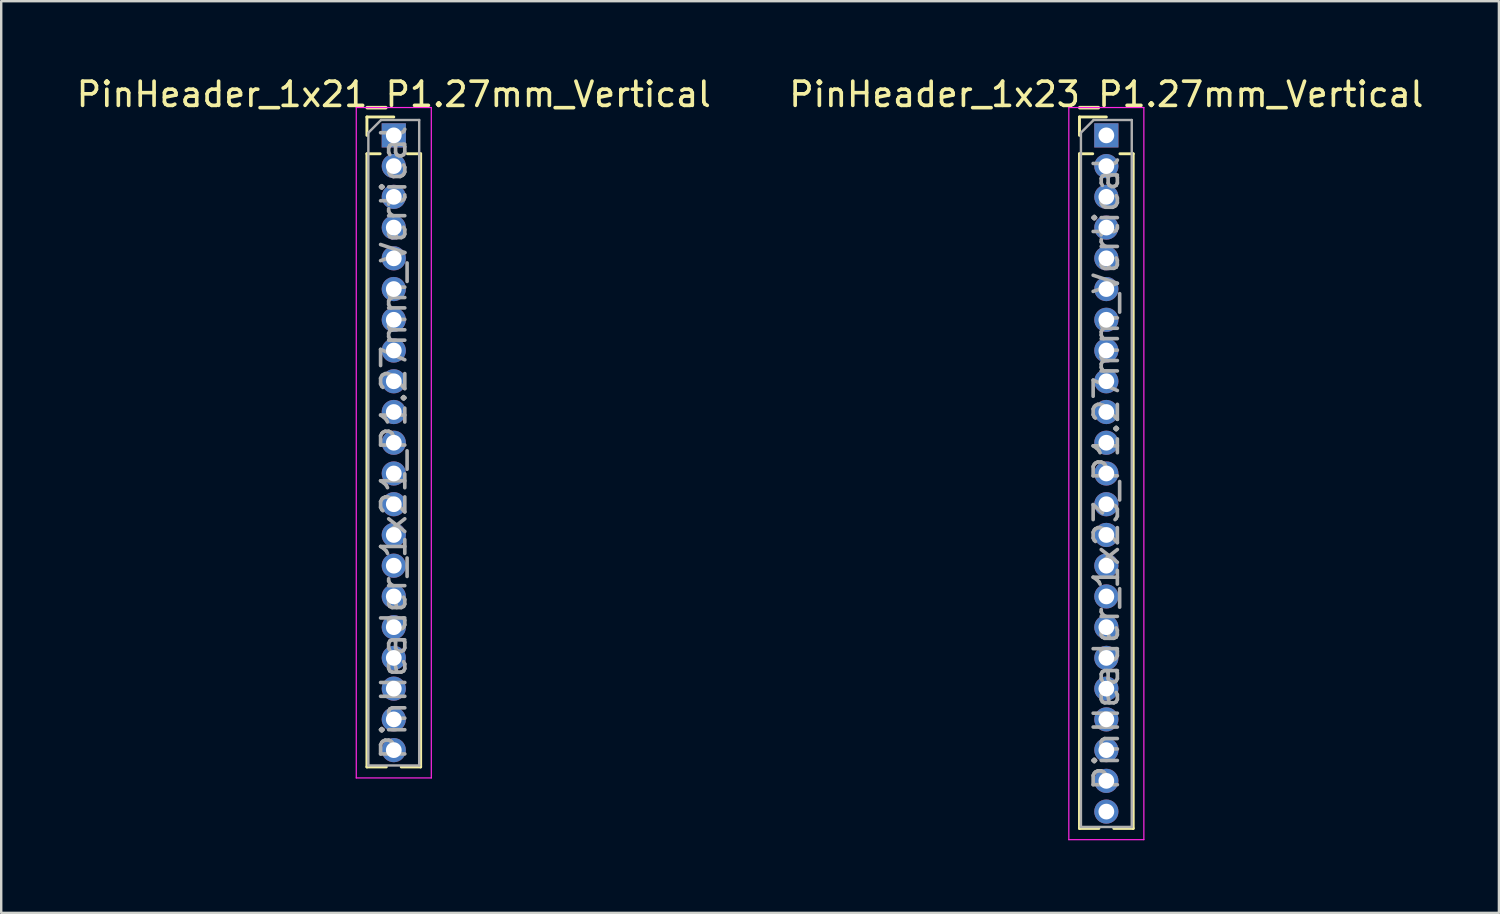
<source format=kicad_pcb>
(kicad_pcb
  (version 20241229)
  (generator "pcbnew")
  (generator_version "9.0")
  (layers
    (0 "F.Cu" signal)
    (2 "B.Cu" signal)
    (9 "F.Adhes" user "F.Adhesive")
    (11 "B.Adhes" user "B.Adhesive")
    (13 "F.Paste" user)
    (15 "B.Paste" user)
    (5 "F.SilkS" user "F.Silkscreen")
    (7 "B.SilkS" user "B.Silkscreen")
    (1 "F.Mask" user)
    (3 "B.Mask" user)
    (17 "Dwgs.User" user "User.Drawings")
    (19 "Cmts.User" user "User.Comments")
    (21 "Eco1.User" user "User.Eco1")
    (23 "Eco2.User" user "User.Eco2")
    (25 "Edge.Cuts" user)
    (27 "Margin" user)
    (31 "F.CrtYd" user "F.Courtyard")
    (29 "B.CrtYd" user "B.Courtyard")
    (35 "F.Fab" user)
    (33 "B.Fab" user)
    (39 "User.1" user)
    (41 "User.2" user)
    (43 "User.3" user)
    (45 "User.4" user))
  (footprint "PinHeader_1x21_P1.27mm_Vertical"
    (layer "F.Cu")
    (at 13.22 2.543)
    (property "Reference" "PinHeader_1x21_P1.27mm_Vertical" (at 0 -1.695 0) (layer "F.SilkS") (effects (font (size 1 1) (thickness 0.15))))
    (attr through_hole)
    (fp_line (start -1.11 -0.76) (end 0 -0.76) (stroke (width 0.12) (type solid)) (layer "F.SilkS"))
    (fp_line (start -1.11 0) (end -1.11 -0.76) (stroke (width 0.12) (type solid)) (layer "F.SilkS"))
    (fp_line (start -1.11 0.76) (end -1.11 26.095) (stroke (width 0.12) (type solid)) (layer "F.SilkS"))
    (fp_line (start -1.11 0.76) (end -0.563 0.76) (stroke (width 0.12) (type solid)) (layer "F.SilkS"))
    (fp_line (start -1.11 26.095) (end -0.308 26.095) (stroke (width 0.12) (type solid)) (layer "F.SilkS"))
    (fp_line (start 0.308 26.095) (end 1.11 26.095) (stroke (width 0.12) (type solid)) (layer "F.SilkS"))
    (fp_line (start 0.563 0.76) (end 1.11 0.76) (stroke (width 0.12) (type solid)) (layer "F.SilkS"))
    (fp_line (start 1.11 0.76) (end 1.11 26.095) (stroke (width 0.12) (type solid)) (layer "F.SilkS"))
    (fp_line (start -1.55 -1.15) (end -1.55 26.55) (stroke (width 0.05) (type solid)) (layer "F.CrtYd"))
    (fp_line (start -1.55 26.55) (end 1.55 26.55) (stroke (width 0.05) (type solid)) (layer "F.CrtYd"))
    (fp_line (start 1.55 -1.15) (end -1.55 -1.15) (stroke (width 0.05) (type solid)) (layer "F.CrtYd"))
    (fp_line (start 1.55 26.55) (end 1.55 -1.15) (stroke (width 0.05) (type solid)) (layer "F.CrtYd"))
    (fp_line (start -1.05 -0.11) (end -0.525 -0.635) (stroke (width 0.1) (type solid)) (layer "F.Fab"))
    (fp_line (start -1.05 26.035) (end -1.05 -0.11) (stroke (width 0.1) (type solid)) (layer "F.Fab"))
    (fp_line (start -0.525 -0.635) (end 1.05 -0.635) (stroke (width 0.1) (type solid)) (layer "F.Fab"))
    (fp_line (start 1.05 -0.635) (end 1.05 26.035) (stroke (width 0.1) (type solid)) (layer "F.Fab"))
    (fp_line (start 1.05 26.035) (end -1.05 26.035) (stroke (width 0.1) (type solid)) (layer "F.Fab"))
    (fp_text user "${REFERENCE}" (at 0 12.7 90) (layer "F.Fab") (effects (font (size 1 1) (thickness 0.15))))
    (pad "1" thru_hole rect (at 0 0) (size 1 1) (drill 0.65) (layers "*.Cu" "*.Mask"))
    (pad "2" thru_hole oval (at 0 1.27) (size 1 1) (drill 0.65) (layers "*.Cu" "*.Mask"))
    (pad "3" thru_hole oval (at 0 2.54) (size 1 1) (drill 0.65) (layers "*.Cu" "*.Mask"))
    (pad "4" thru_hole oval (at 0 3.81) (size 1 1) (drill 0.65) (layers "*.Cu" "*.Mask"))
    (pad "5" thru_hole oval (at 0 5.08) (size 1 1) (drill 0.65) (layers "*.Cu" "*.Mask"))
    (pad "6" thru_hole oval (at 0 6.35) (size 1 1) (drill 0.65) (layers "*.Cu" "*.Mask"))
    (pad "7" thru_hole oval (at 0 7.62) (size 1 1) (drill 0.65) (layers "*.Cu" "*.Mask"))
    (pad "8" thru_hole oval (at 0 8.89) (size 1 1) (drill 0.65) (layers "*.Cu" "*.Mask"))
    (pad "9" thru_hole oval (at 0 10.16) (size 1 1) (drill 0.65) (layers "*.Cu" "*.Mask"))
    (pad "10" thru_hole oval (at 0 11.43) (size 1 1) (drill 0.65) (layers "*.Cu" "*.Mask"))
    (pad "11" thru_hole oval (at 0 12.7) (size 1 1) (drill 0.65) (layers "*.Cu" "*.Mask"))
    (pad "12" thru_hole oval (at 0 13.97) (size 1 1) (drill 0.65) (layers "*.Cu" "*.Mask"))
    (pad "13" thru_hole oval (at 0 15.24) (size 1 1) (drill 0.65) (layers "*.Cu" "*.Mask"))
    (pad "14" thru_hole oval (at 0 16.51) (size 1 1) (drill 0.65) (layers "*.Cu" "*.Mask"))
    (pad "15" thru_hole oval (at 0 17.78) (size 1 1) (drill 0.65) (layers "*.Cu" "*.Mask"))
    (pad "16" thru_hole oval (at 0 19.05) (size 1 1) (drill 0.65) (layers "*.Cu" "*.Mask"))
    (pad "17" thru_hole oval (at 0 20.32) (size 1 1) (drill 0.65) (layers "*.Cu" "*.Mask"))
    (pad "18" thru_hole oval (at 0 21.59) (size 1 1) (drill 0.65) (layers "*.Cu" "*.Mask"))
    (pad "19" thru_hole oval (at 0 22.86) (size 1 1) (drill 0.65) (layers "*.Cu" "*.Mask"))
    (pad "20" thru_hole oval (at 0 24.13) (size 1 1) (drill 0.65) (layers "*.Cu" "*.Mask"))
    (pad "21" thru_hole oval (at 0 25.4) (size 1 1) (drill 0.65) (layers "*.Cu" "*.Mask")))
  (footprint "PinHeader_1x23_P1.27mm_Vertical"
    (layer "F.Cu")
    (at 42.661 2.543)
    (property "Reference" "PinHeader_1x23_P1.27mm_Vertical" (at 0 -1.695 0) (layer "F.SilkS") (effects (font (size 1 1) (thickness 0.15))))
    (attr through_hole)
    (fp_line (start -1.11 -0.76) (end 0 -0.76) (stroke (width 0.12) (type solid)) (layer "F.SilkS"))
    (fp_line (start -1.11 0) (end -1.11 -0.76) (stroke (width 0.12) (type solid)) (layer "F.SilkS"))
    (fp_line (start -1.11 0.76) (end -1.11 28.635) (stroke (width 0.12) (type solid)) (layer "F.SilkS"))
    (fp_line (start -1.11 0.76) (end -0.563 0.76) (stroke (width 0.12) (type solid)) (layer "F.SilkS"))
    (fp_line (start -1.11 28.635) (end -0.308 28.635) (stroke (width 0.12) (type solid)) (layer "F.SilkS"))
    (fp_line (start 0.308 28.635) (end 1.11 28.635) (stroke (width 0.12) (type solid)) (layer "F.SilkS"))
    (fp_line (start 0.563 0.76) (end 1.11 0.76) (stroke (width 0.12) (type solid)) (layer "F.SilkS"))
    (fp_line (start 1.11 0.76) (end 1.11 28.635) (stroke (width 0.12) (type solid)) (layer "F.SilkS"))
    (fp_line (start -1.55 -1.15) (end -1.55 29.1) (stroke (width 0.05) (type solid)) (layer "F.CrtYd"))
    (fp_line (start -1.55 29.1) (end 1.55 29.1) (stroke (width 0.05) (type solid)) (layer "F.CrtYd"))
    (fp_line (start 1.55 -1.15) (end -1.55 -1.15) (stroke (width 0.05) (type solid)) (layer "F.CrtYd"))
    (fp_line (start 1.55 29.1) (end 1.55 -1.15) (stroke (width 0.05) (type solid)) (layer "F.CrtYd"))
    (fp_line (start -1.05 -0.11) (end -0.525 -0.635) (stroke (width 0.1) (type solid)) (layer "F.Fab"))
    (fp_line (start -1.05 28.575) (end -1.05 -0.11) (stroke (width 0.1) (type solid)) (layer "F.Fab"))
    (fp_line (start -0.525 -0.635) (end 1.05 -0.635) (stroke (width 0.1) (type solid)) (layer "F.Fab"))
    (fp_line (start 1.05 -0.635) (end 1.05 28.575) (stroke (width 0.1) (type solid)) (layer "F.Fab"))
    (fp_line (start 1.05 28.575) (end -1.05 28.575) (stroke (width 0.1) (type solid)) (layer "F.Fab"))
    (fp_text user "${REFERENCE}" (at 0 13.97 90) (layer "F.Fab") (effects (font (size 1 1) (thickness 0.15))))
    (pad "1" thru_hole rect (at 0 0) (size 1 1) (drill 0.65) (layers "*.Cu" "*.Mask"))
    (pad "2" thru_hole oval (at 0 1.27) (size 1 1) (drill 0.65) (layers "*.Cu" "*.Mask"))
    (pad "3" thru_hole oval (at 0 2.54) (size 1 1) (drill 0.65) (layers "*.Cu" "*.Mask"))
    (pad "4" thru_hole oval (at 0 3.81) (size 1 1) (drill 0.65) (layers "*.Cu" "*.Mask"))
    (pad "5" thru_hole oval (at 0 5.08) (size 1 1) (drill 0.65) (layers "*.Cu" "*.Mask"))
    (pad "6" thru_hole oval (at 0 6.35) (size 1 1) (drill 0.65) (layers "*.Cu" "*.Mask"))
    (pad "7" thru_hole oval (at 0 7.62) (size 1 1) (drill 0.65) (layers "*.Cu" "*.Mask"))
    (pad "8" thru_hole oval (at 0 8.89) (size 1 1) (drill 0.65) (layers "*.Cu" "*.Mask"))
    (pad "9" thru_hole oval (at 0 10.16) (size 1 1) (drill 0.65) (layers "*.Cu" "*.Mask"))
    (pad "10" thru_hole oval (at 0 11.43) (size 1 1) (drill 0.65) (layers "*.Cu" "*.Mask"))
    (pad "11" thru_hole oval (at 0 12.7) (size 1 1) (drill 0.65) (layers "*.Cu" "*.Mask"))
    (pad "12" thru_hole oval (at 0 13.97) (size 1 1) (drill 0.65) (layers "*.Cu" "*.Mask"))
    (pad "13" thru_hole oval (at 0 15.24) (size 1 1) (drill 0.65) (layers "*.Cu" "*.Mask"))
    (pad "14" thru_hole oval (at 0 16.51) (size 1 1) (drill 0.65) (layers "*.Cu" "*.Mask"))
    (pad "15" thru_hole oval (at 0 17.78) (size 1 1) (drill 0.65) (layers "*.Cu" "*.Mask"))
    (pad "16" thru_hole oval (at 0 19.05) (size 1 1) (drill 0.65) (layers "*.Cu" "*.Mask"))
    (pad "17" thru_hole oval (at 0 20.32) (size 1 1) (drill 0.65) (layers "*.Cu" "*.Mask"))
    (pad "18" thru_hole oval (at 0 21.59) (size 1 1) (drill 0.65) (layers "*.Cu" "*.Mask"))
    (pad "19" thru_hole oval (at 0 22.86) (size 1 1) (drill 0.65) (layers "*.Cu" "*.Mask"))
    (pad "20" thru_hole oval (at 0 24.13) (size 1 1) (drill 0.65) (layers "*.Cu" "*.Mask"))
    (pad "21" thru_hole oval (at 0 25.4) (size 1 1) (drill 0.65) (layers "*.Cu" "*.Mask"))
    (pad "22" thru_hole oval (at 0 26.67) (size 1 1) (drill 0.65) (layers "*.Cu" "*.Mask"))
    (pad "23" thru_hole oval (at 0 27.94) (size 1 1) (drill 0.65) (layers "*.Cu" "*.Mask")))
  (gr_rect
    (start -3 -3)
    (end 58.881 34.668)
    (stroke (width 0.1) (type default))
    (fill no)
    (layer "Edge.Cuts")))
</source>
